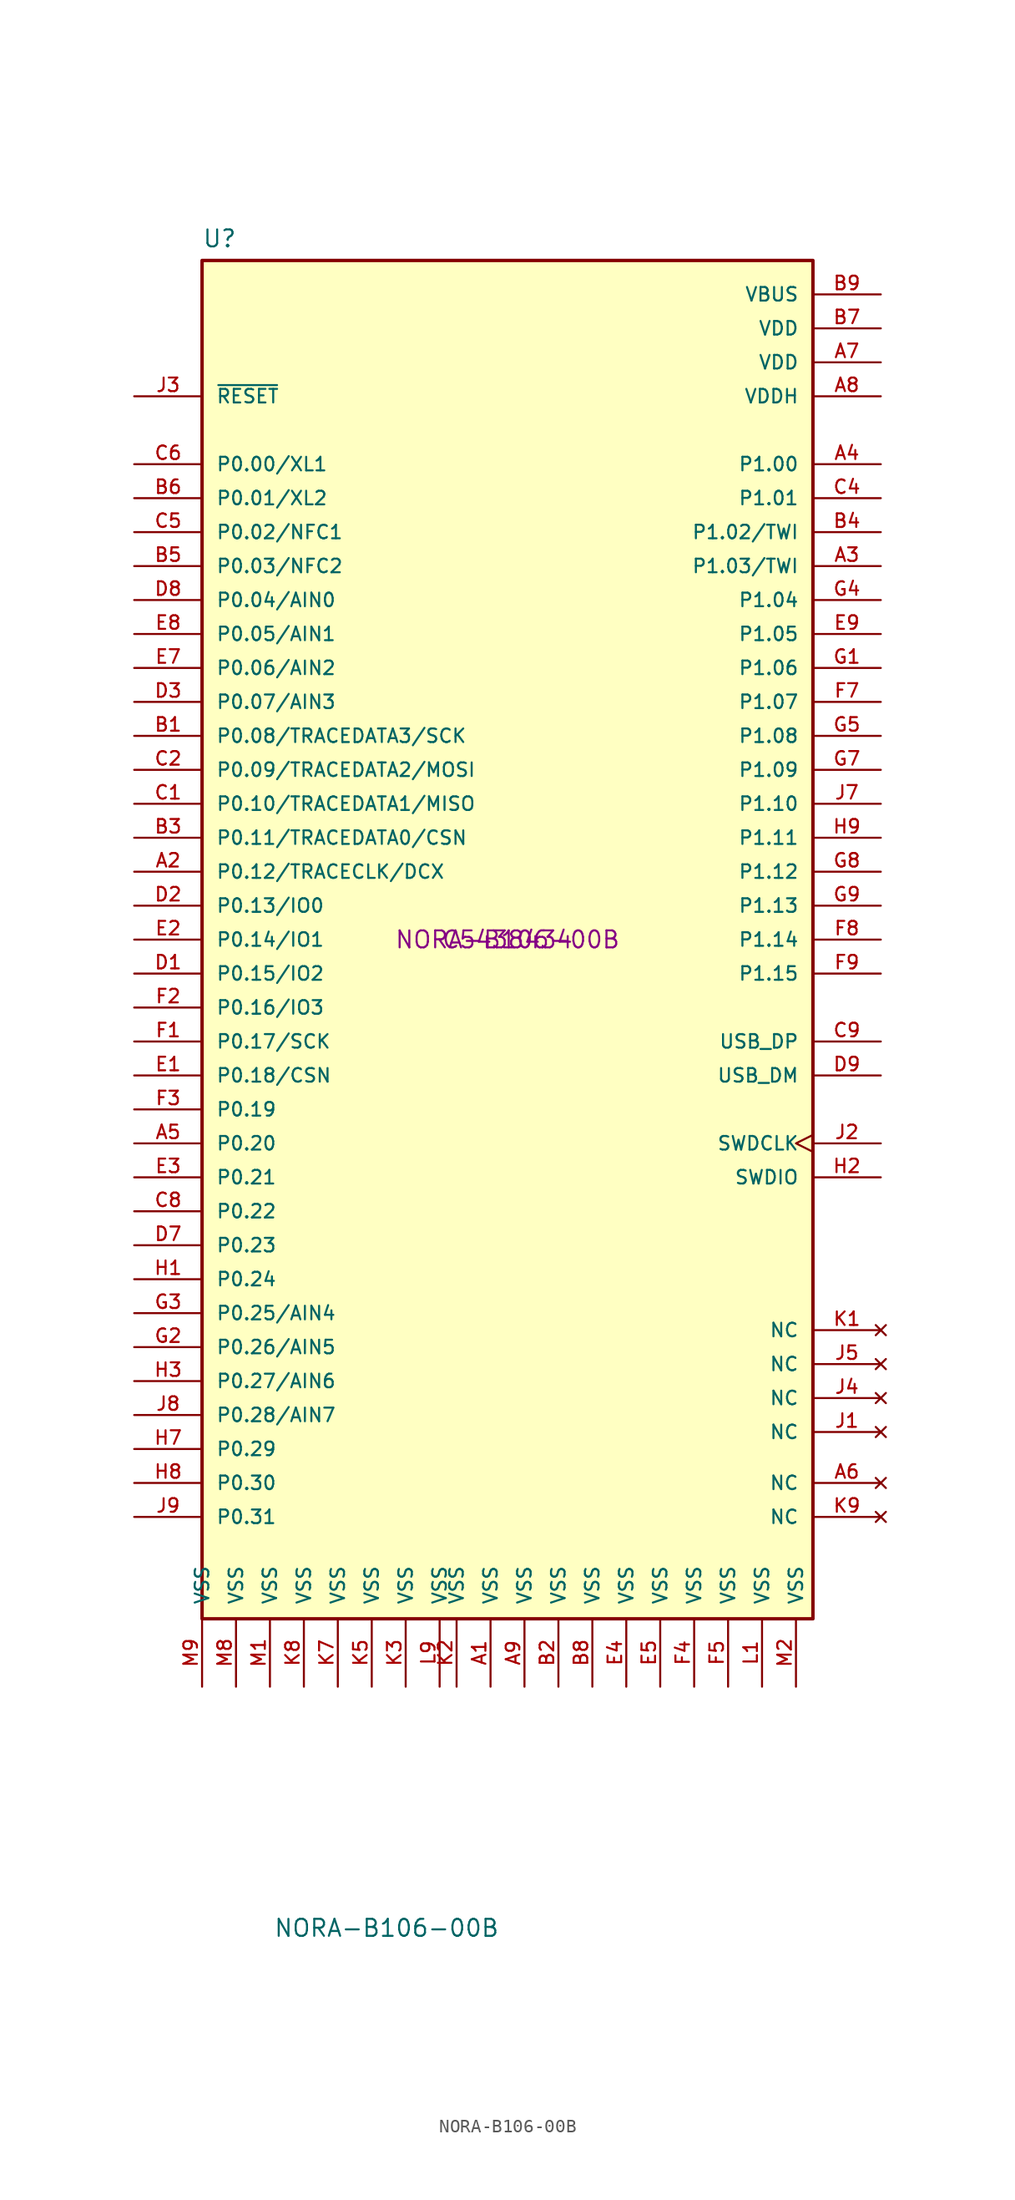
<source format=kicad_sym>
(kicad_symbol_lib
  (version 20231120)
  (generator "kicad_symbol_editor")
  (generator_version "8.0")
  (symbol "NORA-B106-00B"
    (pin_names
      (offset 1.016))
    (property "Reference" "U"
      (at -22.86 51.689 0)
      (effects (font (size 1.27 1.27)) (justify left bottom)))
    (property "Value" "NORA-B106-00B"
      (at -17.526 -74.676 0)
      (effects (font (size 1.27 1.27)) (justify left bottom)))
    (property "MPNS" "NORA-B106-00B"
      (at 0 0 0)
      (effects (font (size 1.27 1.27))))
    (property "LCSC PNs" "C5438434"
      (at 0 0 0)
      (effects (font (size 1.27 1.27))))
    (symbol "NORA-B106-00B_0_0"
      (rectangle (start -22.86 50.8) (end 22.86 -50.8) (stroke (width 0.254) (type default)) (fill (type background)))
      (pin power_in line (at -1.27 -55.88 90) (length 5.08) (name "VSS" (effects (font (size 1.016 1.016)))) (number "A1" (effects (font (size 1.016 1.016)))))
      (pin bidirectional line (at -27.94 5.08 0) (length 5.08) (name "P0.12/TRACECLK/DCX" (effects (font (size 1.016 1.016)))) (number "A2" (effects (font (size 1.016 1.016)))))
      (pin bidirectional line (at 27.94 27.94 180) (length 5.08) (name "P1.03/TWI" (effects (font (size 1.016 1.016)))) (number "A3" (effects (font (size 1.016 1.016)))))
      (pin bidirectional line (at 27.94 35.56 180) (length 5.08) (name "P1.00" (effects (font (size 1.016 1.016)))) (number "A4" (effects (font (size 1.016 1.016)))))
      (pin bidirectional line (at -27.94 -15.24 0) (length 5.08) (name "P0.20" (effects (font (size 1.016 1.016)))) (number "A5" (effects (font (size 1.016 1.016)))))
      (pin no_connect line (at 27.94 -40.64 180) (length 5.08) (name "NC" (effects (font (size 1.016 1.016)))) (number "A6" (effects (font (size 1.016 1.016)))))
      (pin power_in line (at 27.94 43.18 180) (length 5.08) (name "VDD" (effects (font (size 1.016 1.016)))) (number "A7" (effects (font (size 1.016 1.016)))))
      (pin power_in line (at 27.94 40.64 180) (length 5.08) (name "VDDH" (effects (font (size 1.016 1.016)))) (number "A8" (effects (font (size 1.016 1.016)))))
      (pin power_in line (at 1.27 -55.88 90) (length 5.08) (name "VSS" (effects (font (size 1.016 1.016)))) (number "A9" (effects (font (size 1.016 1.016)))))
      (pin bidirectional line (at -27.94 15.24 0) (length 5.08) (name "P0.08/TRACEDATA3/SCK" (effects (font (size 1.016 1.016)))) (number "B1" (effects (font (size 1.016 1.016)))))
      (pin power_in line (at 3.81 -55.88 90) (length 5.08) (name "VSS" (effects (font (size 1.016 1.016)))) (number "B2" (effects (font (size 1.016 1.016)))))
      (pin bidirectional line (at -27.94 7.62 0) (length 5.08) (name "P0.11/TRACEDATA0/CSN" (effects (font (size 1.016 1.016)))) (number "B3" (effects (font (size 1.016 1.016)))))
      (pin bidirectional line (at 27.94 30.48 180) (length 5.08) (name "P1.02/TWI" (effects (font (size 1.016 1.016)))) (number "B4" (effects (font (size 1.016 1.016)))))
      (pin bidirectional line (at -27.94 27.94 0) (length 5.08) (name "P0.03/NFC2" (effects (font (size 1.016 1.016)))) (number "B5" (effects (font (size 1.016 1.016)))))
      (pin bidirectional line (at -27.94 33.02 0) (length 5.08) (name "P0.01/XL2" (effects (font (size 1.016 1.016)))) (number "B6" (effects (font (size 1.016 1.016)))))
      (pin power_in line (at 27.94 45.72 180) (length 5.08) (name "VDD" (effects (font (size 1.016 1.016)))) (number "B7" (effects (font (size 1.016 1.016)))))
      (pin power_in line (at 6.35 -55.88 90) (length 5.08) (name "VSS" (effects (font (size 1.016 1.016)))) (number "B8" (effects (font (size 1.016 1.016)))))
      (pin power_in line (at 27.94 48.26 180) (length 5.08) (name "VBUS" (effects (font (size 1.016 1.016)))) (number "B9" (effects (font (size 1.016 1.016)))))
      (pin bidirectional line (at -27.94 10.16 0) (length 5.08) (name "P0.10/TRACEDATA1/MISO" (effects (font (size 1.016 1.016)))) (number "C1" (effects (font (size 1.016 1.016)))))
      (pin bidirectional line (at -27.94 12.7 0) (length 5.08) (name "P0.09/TRACEDATA2/MOSI" (effects (font (size 1.016 1.016)))) (number "C2" (effects (font (size 1.016 1.016)))))
      (pin bidirectional line (at 27.94 33.02 180) (length 5.08) (name "P1.01" (effects (font (size 1.016 1.016)))) (number "C4" (effects (font (size 1.016 1.016)))))
      (pin bidirectional line (at -27.94 30.48 0) (length 5.08) (name "P0.02/NFC1" (effects (font (size 1.016 1.016)))) (number "C5" (effects (font (size 1.016 1.016)))))
      (pin bidirectional line (at -27.94 35.56 0) (length 5.08) (name "P0.00/XL1" (effects (font (size 1.016 1.016)))) (number "C6" (effects (font (size 1.016 1.016)))))
      (pin bidirectional line (at -27.94 -20.32 0) (length 5.08) (name "P0.22" (effects (font (size 1.016 1.016)))) (number "C8" (effects (font (size 1.016 1.016)))))
      (pin bidirectional line (at 27.94 -7.62 180) (length 5.08) (name "USB_DP" (effects (font (size 1.016 1.016)))) (number "C9" (effects (font (size 1.016 1.016)))))
      (pin bidirectional line (at -27.94 -2.54 0) (length 5.08) (name "P0.15/IO2" (effects (font (size 1.016 1.016)))) (number "D1" (effects (font (size 1.016 1.016)))))
      (pin bidirectional line (at -27.94 2.54 0) (length 5.08) (name "P0.13/IO0" (effects (font (size 1.016 1.016)))) (number "D2" (effects (font (size 1.016 1.016)))))
      (pin bidirectional line (at -27.94 17.78 0) (length 5.08) (name "P0.07/AIN3" (effects (font (size 1.016 1.016)))) (number "D3" (effects (font (size 1.016 1.016)))))
      (pin bidirectional line (at -27.94 -22.86 0) (length 5.08) (name "P0.23" (effects (font (size 1.016 1.016)))) (number "D7" (effects (font (size 1.016 1.016)))))
      (pin bidirectional line (at -27.94 25.4 0) (length 5.08) (name "P0.04/AIN0" (effects (font (size 1.016 1.016)))) (number "D8" (effects (font (size 1.016 1.016)))))
      (pin bidirectional line (at 27.94 -10.16 180) (length 5.08) (name "USB_DM" (effects (font (size 1.016 1.016)))) (number "D9" (effects (font (size 1.016 1.016)))))
      (pin bidirectional line (at -27.94 -10.16 0) (length 5.08) (name "P0.18/CSN" (effects (font (size 1.016 1.016)))) (number "E1" (effects (font (size 1.016 1.016)))))
      (pin bidirectional line (at -27.94 0 0) (length 5.08) (name "P0.14/IO1" (effects (font (size 1.016 1.016)))) (number "E2" (effects (font (size 1.016 1.016)))))
      (pin bidirectional line (at -27.94 -17.78 0) (length 5.08) (name "P0.21" (effects (font (size 1.016 1.016)))) (number "E3" (effects (font (size 1.016 1.016)))))
      (pin power_in line (at 8.89 -55.88 90) (length 5.08) (name "VSS" (effects (font (size 1.016 1.016)))) (number "E4" (effects (font (size 1.016 1.016)))))
      (pin power_in line (at 11.43 -55.88 90) (length 5.08) (name "VSS" (effects (font (size 1.016 1.016)))) (number "E5" (effects (font (size 1.016 1.016)))))
      (pin bidirectional line (at -27.94 20.32 0) (length 5.08) (name "P0.06/AIN2" (effects (font (size 1.016 1.016)))) (number "E7" (effects (font (size 1.016 1.016)))))
      (pin bidirectional line (at -27.94 22.86 0) (length 5.08) (name "P0.05/AIN1" (effects (font (size 1.016 1.016)))) (number "E8" (effects (font (size 1.016 1.016)))))
      (pin bidirectional line (at 27.94 22.86 180) (length 5.08) (name "P1.05" (effects (font (size 1.016 1.016)))) (number "E9" (effects (font (size 1.016 1.016)))))
      (pin bidirectional line (at -27.94 -7.62 0) (length 5.08) (name "P0.17/SCK" (effects (font (size 1.016 1.016)))) (number "F1" (effects (font (size 1.016 1.016)))))
      (pin bidirectional line (at -27.94 -5.08 0) (length 5.08) (name "P0.16/IO3" (effects (font (size 1.016 1.016)))) (number "F2" (effects (font (size 1.016 1.016)))))
      (pin bidirectional line (at -27.94 -12.7 0) (length 5.08) (name "P0.19" (effects (font (size 1.016 1.016)))) (number "F3" (effects (font (size 1.016 1.016)))))
      (pin power_in line (at 13.97 -55.88 90) (length 5.08) (name "VSS" (effects (font (size 1.016 1.016)))) (number "F4" (effects (font (size 1.016 1.016)))))
      (pin power_in line (at 16.51 -55.88 90) (length 5.08) (name "VSS" (effects (font (size 1.016 1.016)))) (number "F5" (effects (font (size 1.016 1.016)))))
      (pin bidirectional line (at 27.94 17.78 180) (length 5.08) (name "P1.07" (effects (font (size 1.016 1.016)))) (number "F7" (effects (font (size 1.016 1.016)))))
      (pin bidirectional line (at 27.94 0 180) (length 5.08) (name "P1.14" (effects (font (size 1.016 1.016)))) (number "F8" (effects (font (size 1.016 1.016)))))
      (pin bidirectional line (at 27.94 -2.54 180) (length 5.08) (name "P1.15" (effects (font (size 1.016 1.016)))) (number "F9" (effects (font (size 1.016 1.016)))))
      (pin bidirectional line (at 27.94 20.32 180) (length 5.08) (name "P1.06" (effects (font (size 1.016 1.016)))) (number "G1" (effects (font (size 1.016 1.016)))))
      (pin bidirectional line (at -27.94 -30.48 0) (length 5.08) (name "P0.26/AIN5" (effects (font (size 1.016 1.016)))) (number "G2" (effects (font (size 1.016 1.016)))))
      (pin bidirectional line (at -27.94 -27.94 0) (length 5.08) (name "P0.25/AIN4" (effects (font (size 1.016 1.016)))) (number "G3" (effects (font (size 1.016 1.016)))))
      (pin bidirectional line (at 27.94 25.4 180) (length 5.08) (name "P1.04" (effects (font (size 1.016 1.016)))) (number "G4" (effects (font (size 1.016 1.016)))))
      (pin bidirectional line (at 27.94 15.24 180) (length 5.08) (name "P1.08" (effects (font (size 1.016 1.016)))) (number "G5" (effects (font (size 1.016 1.016)))))
      (pin bidirectional line (at 27.94 12.7 180) (length 5.08) (name "P1.09" (effects (font (size 1.016 1.016)))) (number "G7" (effects (font (size 1.016 1.016)))))
      (pin bidirectional line (at 27.94 5.08 180) (length 5.08) (name "P1.12" (effects (font (size 1.016 1.016)))) (number "G8" (effects (font (size 1.016 1.016)))))
      (pin bidirectional line (at 27.94 2.54 180) (length 5.08) (name "P1.13" (effects (font (size 1.016 1.016)))) (number "G9" (effects (font (size 1.016 1.016)))))
      (pin bidirectional line (at -27.94 -25.4 0) (length 5.08) (name "P0.24" (effects (font (size 1.016 1.016)))) (number "H1" (effects (font (size 1.016 1.016)))))
      (pin bidirectional line (at 27.94 -17.78 180) (length 5.08) (name "SWDIO" (effects (font (size 1.016 1.016)))) (number "H2" (effects (font (size 1.016 1.016)))))
      (pin bidirectional line (at -27.94 -33.02 0) (length 5.08) (name "P0.27/AIN6" (effects (font (size 1.016 1.016)))) (number "H3" (effects (font (size 1.016 1.016)))))
      (pin bidirectional line (at -27.94 -38.1 0) (length 5.08) (name "P0.29" (effects (font (size 1.016 1.016)))) (number "H7" (effects (font (size 1.016 1.016)))))
      (pin bidirectional line (at -27.94 -40.64 0) (length 5.08) (name "P0.30" (effects (font (size 1.016 1.016)))) (number "H8" (effects (font (size 1.016 1.016)))))
      (pin bidirectional line (at 27.94 7.62 180) (length 5.08) (name "P1.11" (effects (font (size 1.016 1.016)))) (number "H9" (effects (font (size 1.016 1.016)))))
      (pin no_connect line (at 27.94 -36.83 180) (length 5.08) (name "NC" (effects (font (size 1.016 1.016)))) (number "J1" (effects (font (size 1.016 1.016)))))
      (pin input clock (at 27.94 -15.24 180) (length 5.08) (name "SWDCLK" (effects (font (size 1.016 1.016)))) (number "J2" (effects (font (size 1.016 1.016)))))
      (pin input line (at -27.94 40.64 0) (length 5.08) (name "~{RESET}" (effects (font (size 1.016 1.016)))) (number "J3" (effects (font (size 1.016 1.016)))))
      (pin no_connect line (at 27.94 -34.29 180) (length 5.08) (name "NC" (effects (font (size 1.016 1.016)))) (number "J4" (effects (font (size 1.016 1.016)))))
      (pin no_connect line (at 27.94 -31.75 180) (length 5.08) (name "NC" (effects (font (size 1.016 1.016)))) (number "J5" (effects (font (size 1.016 1.016)))))
      (pin bidirectional line (at 27.94 10.16 180) (length 5.08) (name "P1.10" (effects (font (size 1.016 1.016)))) (number "J7" (effects (font (size 1.016 1.016)))))
      (pin bidirectional line (at -27.94 -35.56 0) (length 5.08) (name "P0.28/AIN7" (effects (font (size 1.016 1.016)))) (number "J8" (effects (font (size 1.016 1.016)))))
      (pin bidirectional line (at -27.94 -43.18 0) (length 5.08) (name "P0.31" (effects (font (size 1.016 1.016)))) (number "J9" (effects (font (size 1.016 1.016)))))
      (pin no_connect line (at 27.94 -29.21 180) (length 5.08) (name "NC" (effects (font (size 1.016 1.016)))) (number "K1" (effects (font (size 1.016 1.016)))))
      (pin power_in line (at -3.81 -55.88 90) (length 5.08) (name "VSS" (effects (font (size 1.016 1.016)))) (number "K2" (effects (font (size 1.016 1.016)))))
      (pin power_in line (at -7.62 -55.88 90) (length 5.08) (name "VSS" (effects (font (size 1.016 1.016)))) (number "K3" (effects (font (size 1.016 1.016)))))
      (pin power_in line (at -10.16 -55.88 90) (length 5.08) (name "VSS" (effects (font (size 1.016 1.016)))) (number "K5" (effects (font (size 1.016 1.016)))))
      (pin power_in line (at -12.7 -55.88 90) (length 5.08) (name "VSS" (effects (font (size 1.016 1.016)))) (number "K7" (effects (font (size 1.016 1.016)))))
      (pin power_in line (at -15.24 -55.88 90) (length 5.08) (name "VSS" (effects (font (size 1.016 1.016)))) (number "K8" (effects (font (size 1.016 1.016)))))
      (pin no_connect line (at 27.94 -43.18 180) (length 5.08) (name "NC" (effects (font (size 1.016 1.016)))) (number "K9" (effects (font (size 1.016 1.016)))))
      (pin power_in line (at 19.05 -55.88 90) (length 5.08) (name "VSS" (effects (font (size 1.016 1.016)))) (number "L1" (effects (font (size 1.016 1.016)))))
      (pin power_in line (at -5.08 -55.88 90) (length 5.08) (name "VSS" (effects (font (size 1.016 1.016)))) (number "L9" (effects (font (size 1.016 1.016)))))
      (pin power_in line (at -17.78 -55.88 90) (length 5.08) (name "VSS" (effects (font (size 1.016 1.016)))) (number "M1" (effects (font (size 1.016 1.016)))))
      (pin power_in line (at 21.59 -55.88 90) (length 5.08) (name "VSS" (effects (font (size 1.016 1.016)))) (number "M2" (effects (font (size 1.016 1.016)))))
      (pin power_in line (at -20.32 -55.88 90) (length 5.08) (name "VSS" (effects (font (size 1.016 1.016)))) (number "M8" (effects (font (size 1.016 1.016)))))
      (pin power_in line (at -22.86 -55.88 90) (length 5.08) (name "VSS" (effects (font (size 1.016 1.016)))) (number "M9" (effects (font (size 1.016 1.016))))))))
</source>
